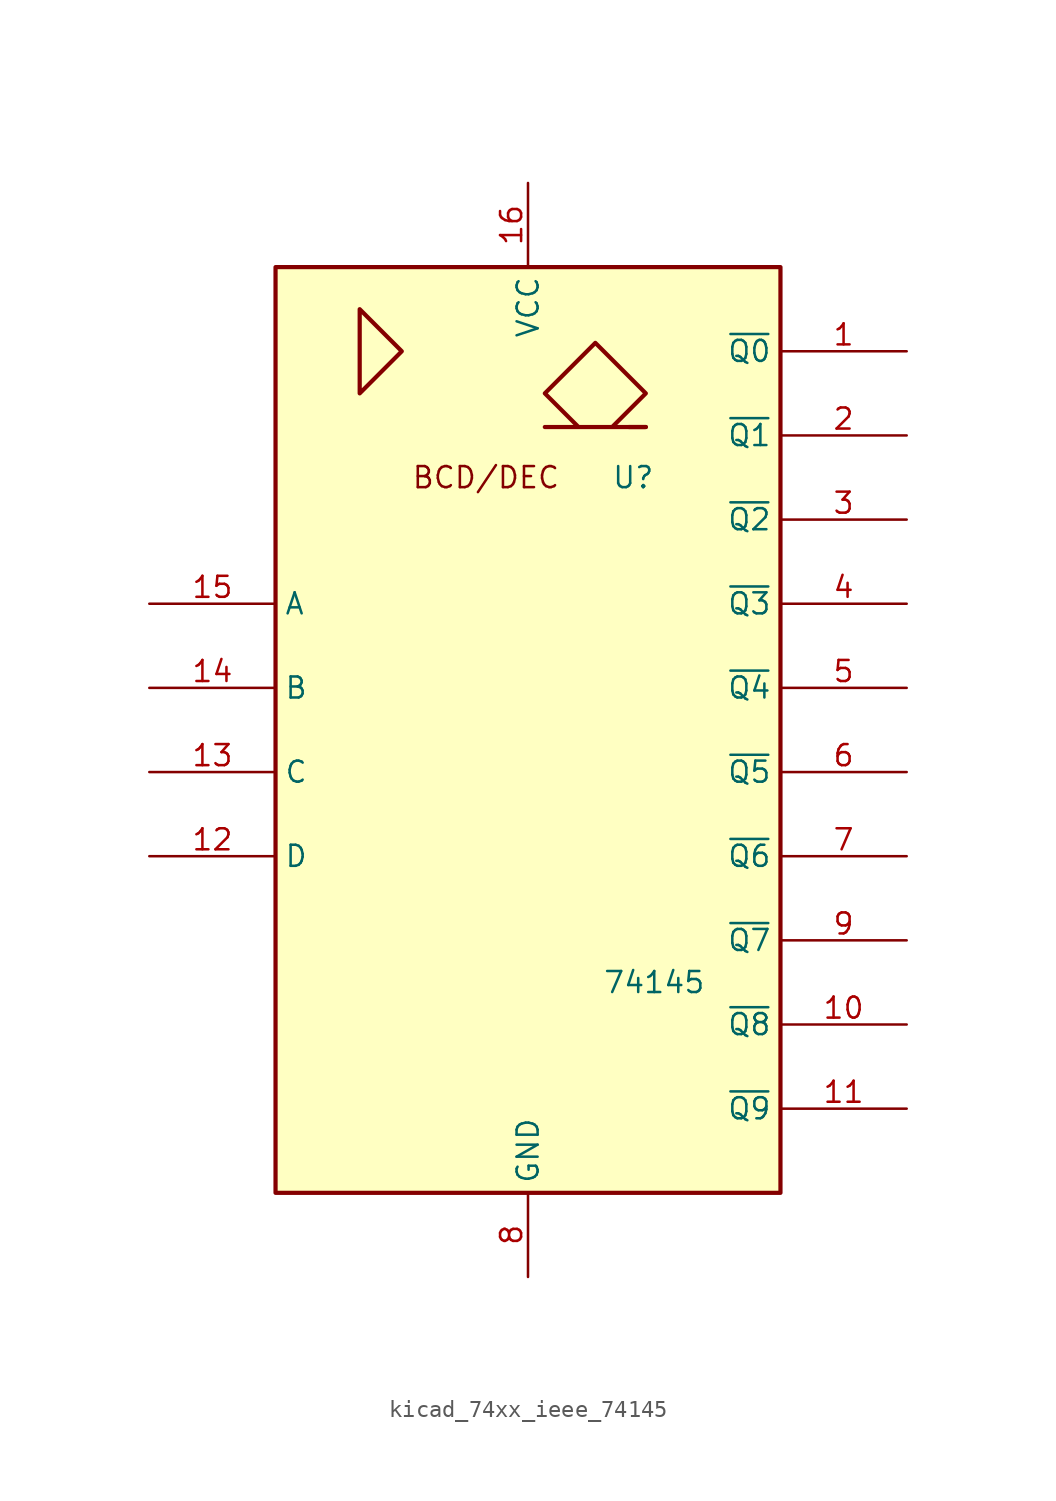
<source format=kicad_sym>
(kicad_symbol_lib
  (version 20220914)
  (generator kicad_symbol_editor)
  (symbol "kicad_74xx_ieee_74145"
    (property "Reference" "U"
      (at 6.35 15.24 0)
      (effects (font (size 1.27 1.27))))
    (property "Value" "74145"
      (at 7.62 -15.24 0)
      (effects (font (size 1.27 1.27))))
    (symbol "kicad_74xx_ieee_74145_0_0"
      (polyline (pts (xy 7.112 18.288) (xy 6.096 18.288) (xy 6.096 18.288)) (stroke (width 0.254) (type default)) (fill (type background)))
      (polyline (pts (xy -10.16 25.4) (xy -10.16 20.32) (xy -7.62 22.86) (xy -10.16 25.4) (xy -10.16 25.4)) (stroke (width 0.254) (type default)) (fill (type background)))
      (polyline (pts (xy 5.08 18.288) (xy 7.112 20.32) (xy 4.064 23.368) (xy 1.016 20.32) (xy 3.048 18.288) (xy 1.016 18.288) (xy 7.112 18.288)) (stroke (width 0.254) (type default)) (fill (type background)))
      (text "BCD/DEC" (at -2.54 15.24 0) (effects (font (size 1.27 1.27))))
      (pin power_in line (at 0 33.02 270) (length 5.08) (name "VCC" (effects (font (size 1.27 1.27)))) (number "16" (effects (font (size 1.27 1.27)))))
      (pin power_in line (at 0 -33.02 90) (length 5.08) (name "GND" (effects (font (size 1.27 1.27)))) (number "8" (effects (font (size 1.27 1.27))))))
    (symbol "kicad_74xx_ieee_74145_0_1"
      (rectangle (start -15.24 27.94) (end 15.24 -27.94) (stroke (width 0.254) (type default)) (fill (type background))))
    (symbol "kicad_74xx_ieee_74145_1_1"
      (pin open_collector line (at 22.86 22.86 180) (length 7.62) (name "~{Q0}" (effects (font (size 1.27 1.27)))) (number "1" (effects (font (size 1.27 1.27)))))
      (pin open_collector line (at 22.86 -17.78 180) (length 7.62) (name "~{Q8}" (effects (font (size 1.27 1.27)))) (number "10" (effects (font (size 1.27 1.27)))))
      (pin open_collector line (at 22.86 -22.86 180) (length 7.62) (name "~{Q9}" (effects (font (size 1.27 1.27)))) (number "11" (effects (font (size 1.27 1.27)))))
      (pin input line (at -22.86 -7.62 0) (length 7.62) (name "D" (effects (font (size 1.27 1.27)))) (number "12" (effects (font (size 1.27 1.27)))))
      (pin input line (at -22.86 -2.54 0) (length 7.62) (name "C" (effects (font (size 1.27 1.27)))) (number "13" (effects (font (size 1.27 1.27)))))
      (pin input line (at -22.86 2.54 0) (length 7.62) (name "B" (effects (font (size 1.27 1.27)))) (number "14" (effects (font (size 1.27 1.27)))))
      (pin input line (at -22.86 7.62 0) (length 7.62) (name "A" (effects (font (size 1.27 1.27)))) (number "15" (effects (font (size 1.27 1.27)))))
      (pin open_collector line (at 22.86 17.78 180) (length 7.62) (name "~{Q1}" (effects (font (size 1.27 1.27)))) (number "2" (effects (font (size 1.27 1.27)))))
      (pin open_collector line (at 22.86 12.7 180) (length 7.62) (name "~{Q2}" (effects (font (size 1.27 1.27)))) (number "3" (effects (font (size 1.27 1.27)))))
      (pin open_collector line (at 22.86 7.62 180) (length 7.62) (name "~{Q3}" (effects (font (size 1.27 1.27)))) (number "4" (effects (font (size 1.27 1.27)))))
      (pin open_collector line (at 22.86 2.54 180) (length 7.62) (name "~{Q4}" (effects (font (size 1.27 1.27)))) (number "5" (effects (font (size 1.27 1.27)))))
      (pin open_collector line (at 22.86 -2.54 180) (length 7.62) (name "~{Q5}" (effects (font (size 1.27 1.27)))) (number "6" (effects (font (size 1.27 1.27)))))
      (pin open_collector line (at 22.86 -7.62 180) (length 7.62) (name "~{Q6}" (effects (font (size 1.27 1.27)))) (number "7" (effects (font (size 1.27 1.27)))))
      (pin open_collector line (at 22.86 -12.7 180) (length 7.62) (name "~{Q7}" (effects (font (size 1.27 1.27)))) (number "9" (effects (font (size 1.27 1.27))))))))
</source>
